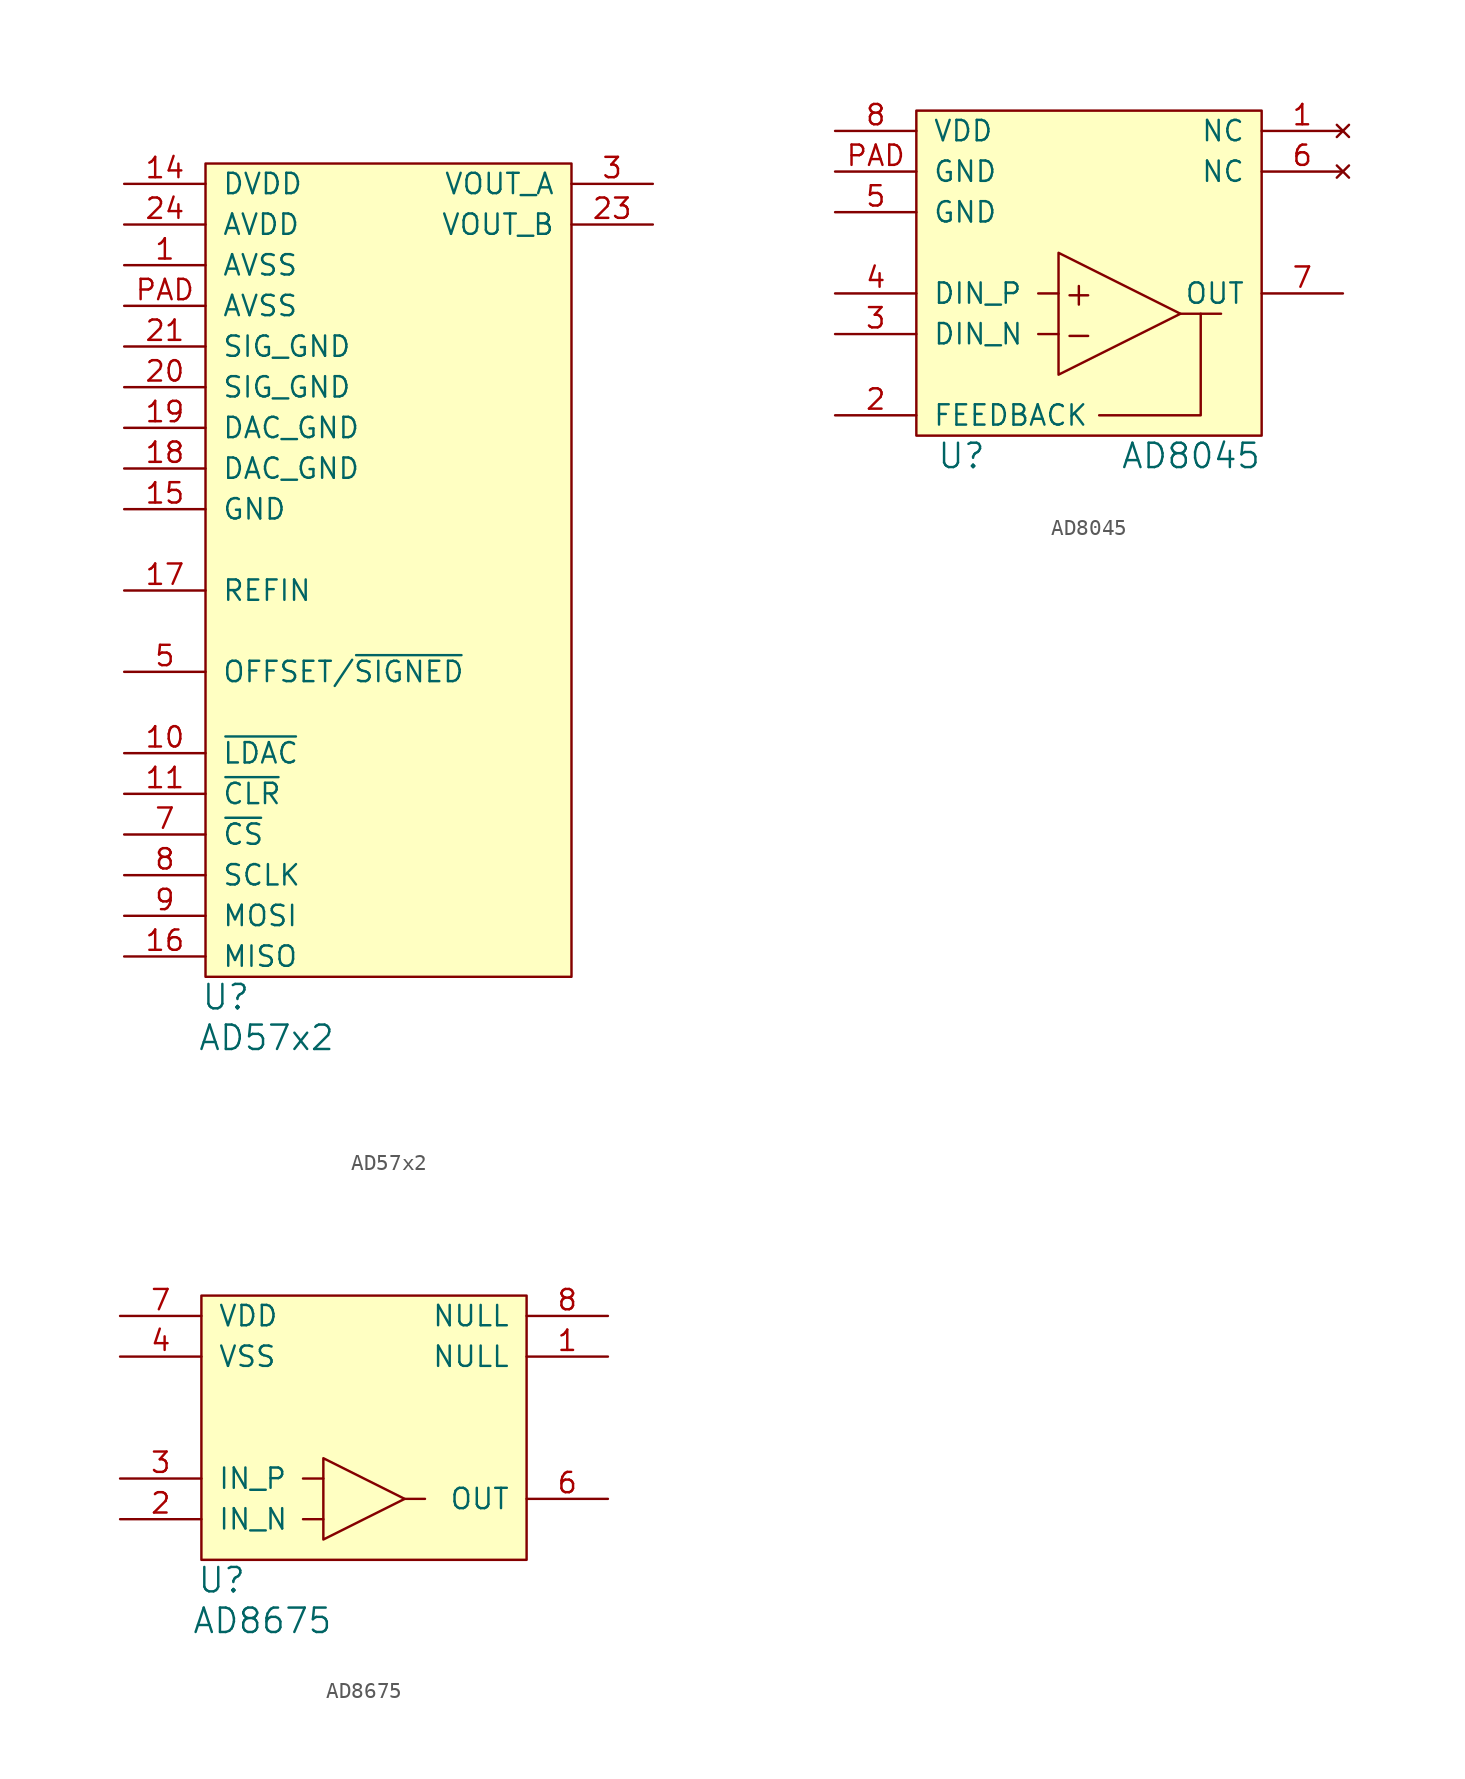
<source format=kicad_sym>
(kicad_symbol_lib
  (version 20211014)
  (generator kicad_symbol_editor)
  (symbol "AD57x2"
    (pin_names
      (offset 1.016))
    (property "Reference" "U"
      (at 1.27 -1.27 0)
      (effects (font (size 1.524 1.524))))
    (property "Value" "AD57x2"
      (at 3.81 -3.81 0)
      (effects (font (size 1.524 1.524))))
    (symbol "AD57x2_0_1"
      (rectangle (start 0 50.8) (end 22.86 0) (stroke (width 0) (type default) (color 0 0 0 0)) (fill (type background))))
    (symbol "AD57x2_1_1"
      (pin power_in line (at -5.08 44.45 0) (length 5.08) (name "AVSS" (effects (font (size 1.27 1.27)))) (number "1" (effects (font (size 1.27 1.27)))))
      (pin input line (at -5.08 13.97 0) (length 5.08) (name "~{LDAC}" (effects (font (size 1.27 1.27)))) (number "10" (effects (font (size 1.27 1.27)))))
      (pin input line (at -5.08 11.43 0) (length 5.08) (name "~{CLR}" (effects (font (size 1.27 1.27)))) (number "11" (effects (font (size 1.27 1.27)))))
      (pin power_in line (at -5.08 49.53 0) (length 5.08) (name "DVDD" (effects (font (size 1.27 1.27)))) (number "14" (effects (font (size 1.27 1.27)))))
      (pin power_in line (at -5.08 29.21 0) (length 5.08) (name "GND" (effects (font (size 1.27 1.27)))) (number "15" (effects (font (size 1.27 1.27)))))
      (pin output line (at -5.08 1.27 0) (length 5.08) (name "MISO" (effects (font (size 1.27 1.27)))) (number "16" (effects (font (size 1.27 1.27)))))
      (pin power_in line (at -5.08 24.13 0) (length 5.08) (name "REFIN" (effects (font (size 1.27 1.27)))) (number "17" (effects (font (size 1.27 1.27)))))
      (pin power_in line (at -5.08 31.75 0) (length 5.08) (name "DAC_GND" (effects (font (size 1.27 1.27)))) (number "18" (effects (font (size 1.27 1.27)))))
      (pin power_in line (at -5.08 34.29 0) (length 5.08) (name "DAC_GND" (effects (font (size 1.27 1.27)))) (number "19" (effects (font (size 1.27 1.27)))))
      (pin power_in line (at -5.08 36.83 0) (length 5.08) (name "SIG_GND" (effects (font (size 1.27 1.27)))) (number "20" (effects (font (size 1.27 1.27)))))
      (pin power_in line (at -5.08 39.37 0) (length 5.08) (name "SIG_GND" (effects (font (size 1.27 1.27)))) (number "21" (effects (font (size 1.27 1.27)))))
      (pin output line (at 27.94 46.99 180) (length 5.08) (name "VOUT_B" (effects (font (size 1.27 1.27)))) (number "23" (effects (font (size 1.27 1.27)))))
      (pin power_in line (at -5.08 46.99 0) (length 5.08) (name "AVDD" (effects (font (size 1.27 1.27)))) (number "24" (effects (font (size 1.27 1.27)))))
      (pin output line (at 27.94 49.53 180) (length 5.08) (name "VOUT_A" (effects (font (size 1.27 1.27)))) (number "3" (effects (font (size 1.27 1.27)))))
      (pin input line (at -5.08 19.05 0) (length 5.08) (name "OFFSET/~{SIGNED}" (effects (font (size 1.27 1.27)))) (number "5" (effects (font (size 1.27 1.27)))))
      (pin input line (at -5.08 8.89 0) (length 5.08) (name "~{CS}" (effects (font (size 1.27 1.27)))) (number "7" (effects (font (size 1.27 1.27)))))
      (pin input line (at -5.08 6.35 0) (length 5.08) (name "SCLK" (effects (font (size 1.27 1.27)))) (number "8" (effects (font (size 1.27 1.27)))))
      (pin input line (at -5.08 3.81 0) (length 5.08) (name "MOSI" (effects (font (size 1.27 1.27)))) (number "9" (effects (font (size 1.27 1.27)))))
      (pin power_in line (at -5.08 41.91 0) (length 5.08) (name "AVSS" (effects (font (size 1.27 1.27)))) (number "PAD" (effects (font (size 1.27 1.27)))))))
  (symbol "AD8045"
    (pin_names
      (offset 1.016))
    (property "Reference" "U"
      (at 1.27 -2.54 0)
      (effects (font (size 1.524 1.524)) (justify left)))
    (property "Value" "AD8045"
      (at 21.59 -2.54 0)
      (effects (font (size 1.524 1.524)) (justify right)))
    (property "Footprint" ""
      (at 0 0 0)
      (effects (font (size 1.524 1.524))))
    (property "Datasheet" ""
      (at 0 0 0)
      (effects (font (size 1.524 1.524))))
    (symbol "AD8045_0_0"
      (polyline (pts (xy 7.62 5.08) (xy 8.89 5.08)) (stroke (width 0) (type default) (color 0 0 0 0)) (fill (type none)))
      (polyline (pts (xy 8.89 7.62) (xy 7.62 7.62)) (stroke (width 0) (type default) (color 0 0 0 0)) (fill (type none)))
      (polyline (pts (xy 16.51 6.35) (xy 19.05 6.35)) (stroke (width 0) (type default) (color 0 0 0 0)) (fill (type none)))
      (polyline (pts (xy 17.78 6.35) (xy 17.78 0) (xy 11.43 0)) (stroke (width 0) (type default) (color 0 0 0 0)) (fill (type none)))
      (polyline (pts (xy 8.89 10.16) (xy 8.89 2.54) (xy 16.51 6.35) (xy 8.89 10.16)) (stroke (width 0) (type default) (color 0 0 0 0)) (fill (type none)))
      (rectangle (start 0 19.05) (end 21.59 -1.27) (stroke (width 0) (type default) (color 0 0 0 0)) (fill (type background)))
      (text "+" (at 10.16 7.62 0) (effects (font (size 1.524 1.524))))
      (text "-" (at 10.16 5.08 0) (effects (font (size 1.524 1.524)))))
    (symbol "AD8045_1_1"
      (pin no_connect line (at 26.67 17.78 180) (length 5.08) (name "NC" (effects (font (size 1.27 1.27)))) (number "1" (effects (font (size 1.27 1.27)))))
      (pin output line (at -5.08 0 0) (length 5.08) (name "FEEDBACK" (effects (font (size 1.27 1.27)))) (number "2" (effects (font (size 1.27 1.27)))))
      (pin input line (at -5.08 5.08 0) (length 5.08) (name "DIN_N" (effects (font (size 1.27 1.27)))) (number "3" (effects (font (size 1.27 1.27)))))
      (pin input line (at -5.08 7.62 0) (length 5.08) (name "DIN_P" (effects (font (size 1.27 1.27)))) (number "4" (effects (font (size 1.27 1.27)))))
      (pin power_in line (at -5.08 12.7 0) (length 5.08) (name "GND" (effects (font (size 1.27 1.27)))) (number "5" (effects (font (size 1.27 1.27)))))
      (pin no_connect line (at 26.67 15.24 180) (length 5.08) (name "NC" (effects (font (size 1.27 1.27)))) (number "6" (effects (font (size 1.27 1.27)))))
      (pin output line (at 26.67 7.62 180) (length 5.08) (name "OUT" (effects (font (size 1.27 1.27)))) (number "7" (effects (font (size 1.27 1.27)))))
      (pin power_in line (at -5.08 17.78 0) (length 5.08) (name "VDD" (effects (font (size 1.27 1.27)))) (number "8" (effects (font (size 1.27 1.27)))))
      (pin power_in line (at -5.08 15.24 0) (length 5.08) (name "GND" (effects (font (size 1.27 1.27)))) (number "PAD" (effects (font (size 1.27 1.27)))))))
  (symbol "AD8675"
    (pin_names
      (offset 1.016))
    (property "Reference" "U"
      (at 1.27 -1.27 0)
      (effects (font (size 1.524 1.524))))
    (property "Value" "AD8675"
      (at 3.81 -3.81 0)
      (effects (font (size 1.524 1.524))))
    (symbol "AD8675_0_1"
      (polyline (pts (xy 7.62 2.54) (xy 7.62 5.08)) (stroke (width 0) (type default) (color 0 0 0 0)) (fill (type none)))
      (polyline (pts (xy 12.7 3.81) (xy 13.97 3.81)) (stroke (width 0) (type default) (color 0 0 0 0)) (fill (type none)))
      (polyline (pts (xy 6.35 5.08) (xy 7.62 5.08) (xy 7.62 6.35) (xy 12.7 3.81) (xy 7.62 1.27) (xy 7.62 2.54) (xy 6.35 2.54)) (stroke (width 0) (type default) (color 0 0 0 0)) (fill (type none)))
      (rectangle (start 0 16.51) (end 20.32 0) (stroke (width 0) (type default) (color 0 0 0 0)) (fill (type background))))
    (symbol "AD8675_1_1"
      (pin passive line (at 25.4 12.7 180) (length 5.08) (name "NULL" (effects (font (size 1.27 1.27)))) (number "1" (effects (font (size 1.27 1.27)))))
      (pin input line (at -5.08 2.54 0) (length 5.08) (name "IN_N" (effects (font (size 1.27 1.27)))) (number "2" (effects (font (size 1.27 1.27)))))
      (pin input line (at -5.08 5.08 0) (length 5.08) (name "IN_P" (effects (font (size 1.27 1.27)))) (number "3" (effects (font (size 1.27 1.27)))))
      (pin power_in line (at -5.08 12.7 0) (length 5.08) (name "VSS" (effects (font (size 1.27 1.27)))) (number "4" (effects (font (size 1.27 1.27)))))
      (pin output line (at 25.4 3.81 180) (length 5.08) (name "OUT" (effects (font (size 1.27 1.27)))) (number "6" (effects (font (size 1.27 1.27)))))
      (pin power_in line (at -5.08 15.24 0) (length 5.08) (name "VDD" (effects (font (size 1.27 1.27)))) (number "7" (effects (font (size 1.27 1.27)))))
      (pin passive line (at 25.4 15.24 180) (length 5.08) (name "NULL" (effects (font (size 1.27 1.27)))) (number "8" (effects (font (size 1.27 1.27))))))))
</source>
